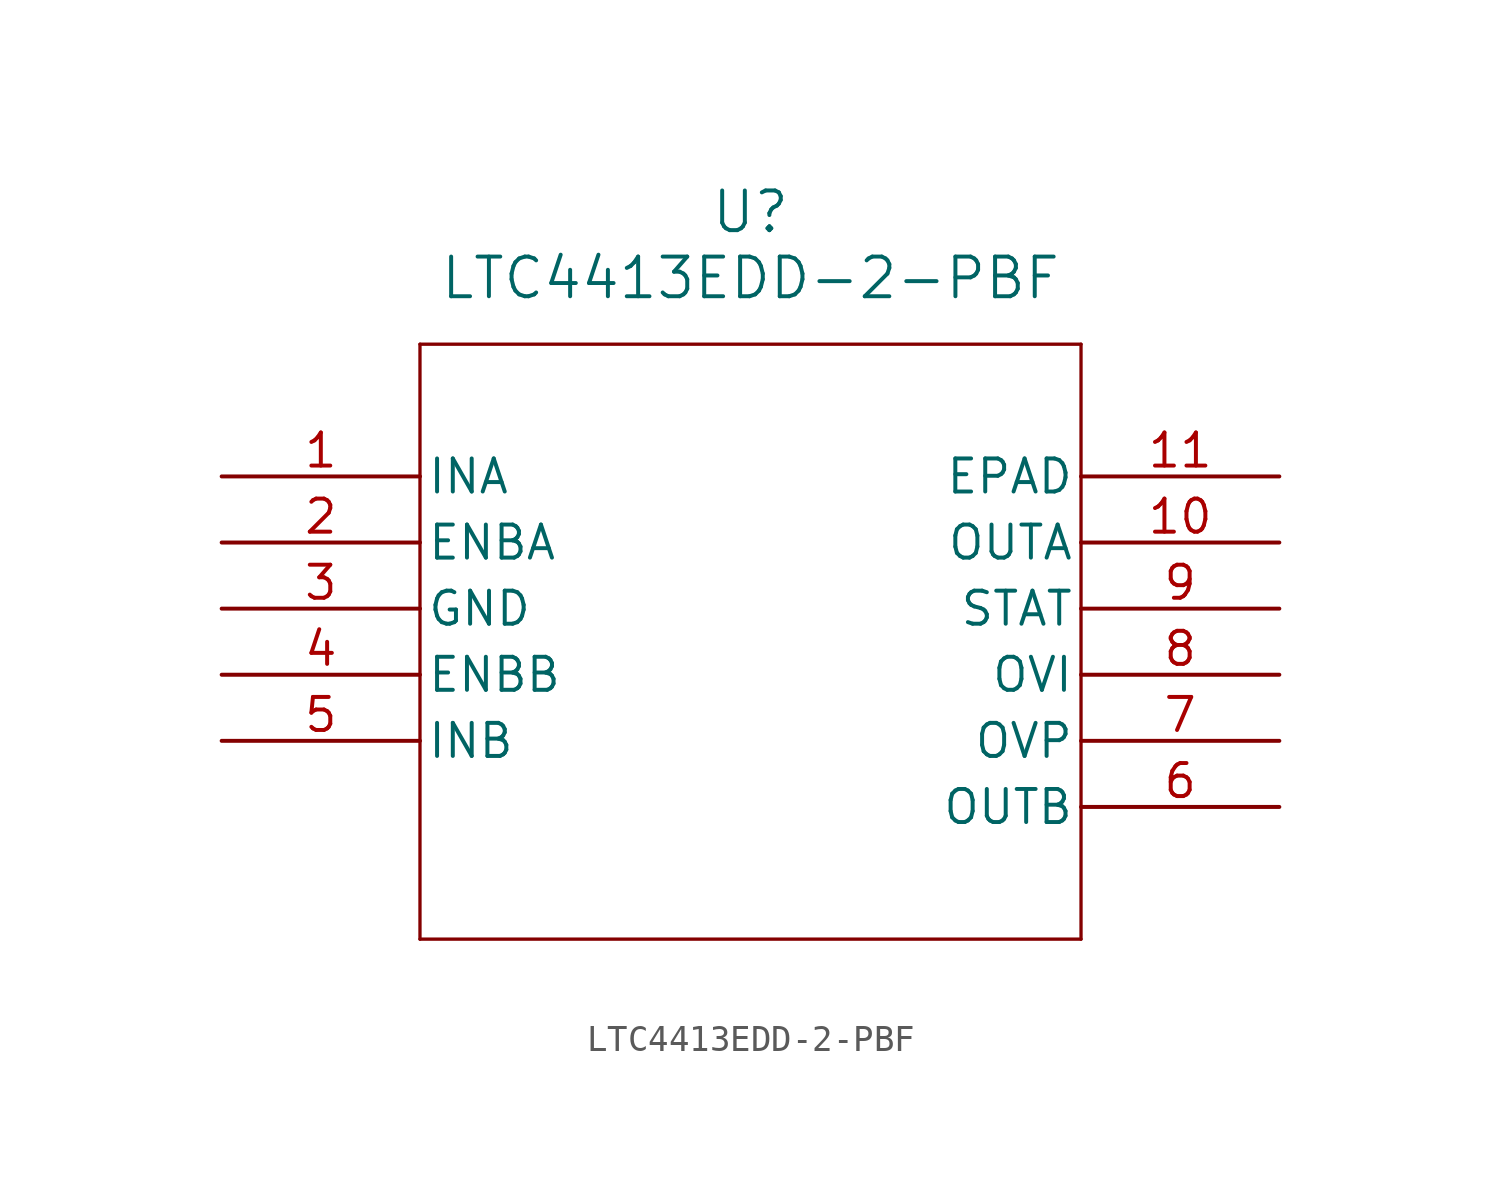
<source format=kicad_sym>
(kicad_symbol_lib
  (version 20211014)
  (generator kicad_symbol_editor)
  (symbol "LTC4413EDD-2-PBF"
    (pin_names
      (offset 0.254))
    (property "Reference" "U"
      (at 20.32 10.16 0)
      (effects (font (size 1.524 1.524))))
    (property "Value" "LTC4413EDD-2-PBF"
      (at 20.32 7.62 0)
      (effects (font (size 1.524 1.524))))
    (symbol "LTC4413EDD-2-PBF_0_1"
      (polyline (pts (xy 7.62 5.08) (xy 7.62 -17.78)) (stroke (width 0.127) (type default) (color 0 0 0 0)) (fill (type none)))
      (polyline (pts (xy 7.62 -17.78) (xy 33.02 -17.78)) (stroke (width 0.127) (type default) (color 0 0 0 0)) (fill (type none)))
      (polyline (pts (xy 33.02 -17.78) (xy 33.02 5.08)) (stroke (width 0.127) (type default) (color 0 0 0 0)) (fill (type none)))
      (polyline (pts (xy 33.02 5.08) (xy 7.62 5.08)) (stroke (width 0.127) (type default) (color 0 0 0 0)) (fill (type none)))
      (pin input line (at 0 0 0) (length 7.62) (name "INA" (effects (font (size 1.27 1.27)))) (number "1" (effects (font (size 1.27 1.27)))))
      (pin unspecified line (at 0 -2.54 0) (length 7.62) (name "ENBA" (effects (font (size 1.27 1.27)))) (number "2" (effects (font (size 1.27 1.27)))))
      (pin power_in line (at 0 -5.08 0) (length 7.62) (name "GND" (effects (font (size 1.27 1.27)))) (number "3" (effects (font (size 1.27 1.27)))))
      (pin unspecified line (at 0 -7.62 0) (length 7.62) (name "ENBB" (effects (font (size 1.27 1.27)))) (number "4" (effects (font (size 1.27 1.27)))))
      (pin input line (at 0 -10.16 0) (length 7.62) (name "INB" (effects (font (size 1.27 1.27)))) (number "5" (effects (font (size 1.27 1.27)))))
      (pin output line (at 40.64 -12.7 180) (length 7.62) (name "OUTB" (effects (font (size 1.27 1.27)))) (number "6" (effects (font (size 1.27 1.27)))))
      (pin output line (at 40.64 -10.16 180) (length 7.62) (name "OVP" (effects (font (size 1.27 1.27)))) (number "7" (effects (font (size 1.27 1.27)))))
      (pin input line (at 40.64 -7.62 180) (length 7.62) (name "OVI" (effects (font (size 1.27 1.27)))) (number "8" (effects (font (size 1.27 1.27)))))
      (pin unspecified line (at 40.64 -5.08 180) (length 7.62) (name "STAT" (effects (font (size 1.27 1.27)))) (number "9" (effects (font (size 1.27 1.27)))))
      (pin output line (at 40.64 -2.54 180) (length 7.62) (name "OUTA" (effects (font (size 1.27 1.27)))) (number "10" (effects (font (size 1.27 1.27)))))
      (pin unspecified line (at 40.64 0 180) (length 7.62) (name "EPAD" (effects (font (size 1.27 1.27)))) (number "11" (effects (font (size 1.27 1.27))))))))
</source>
